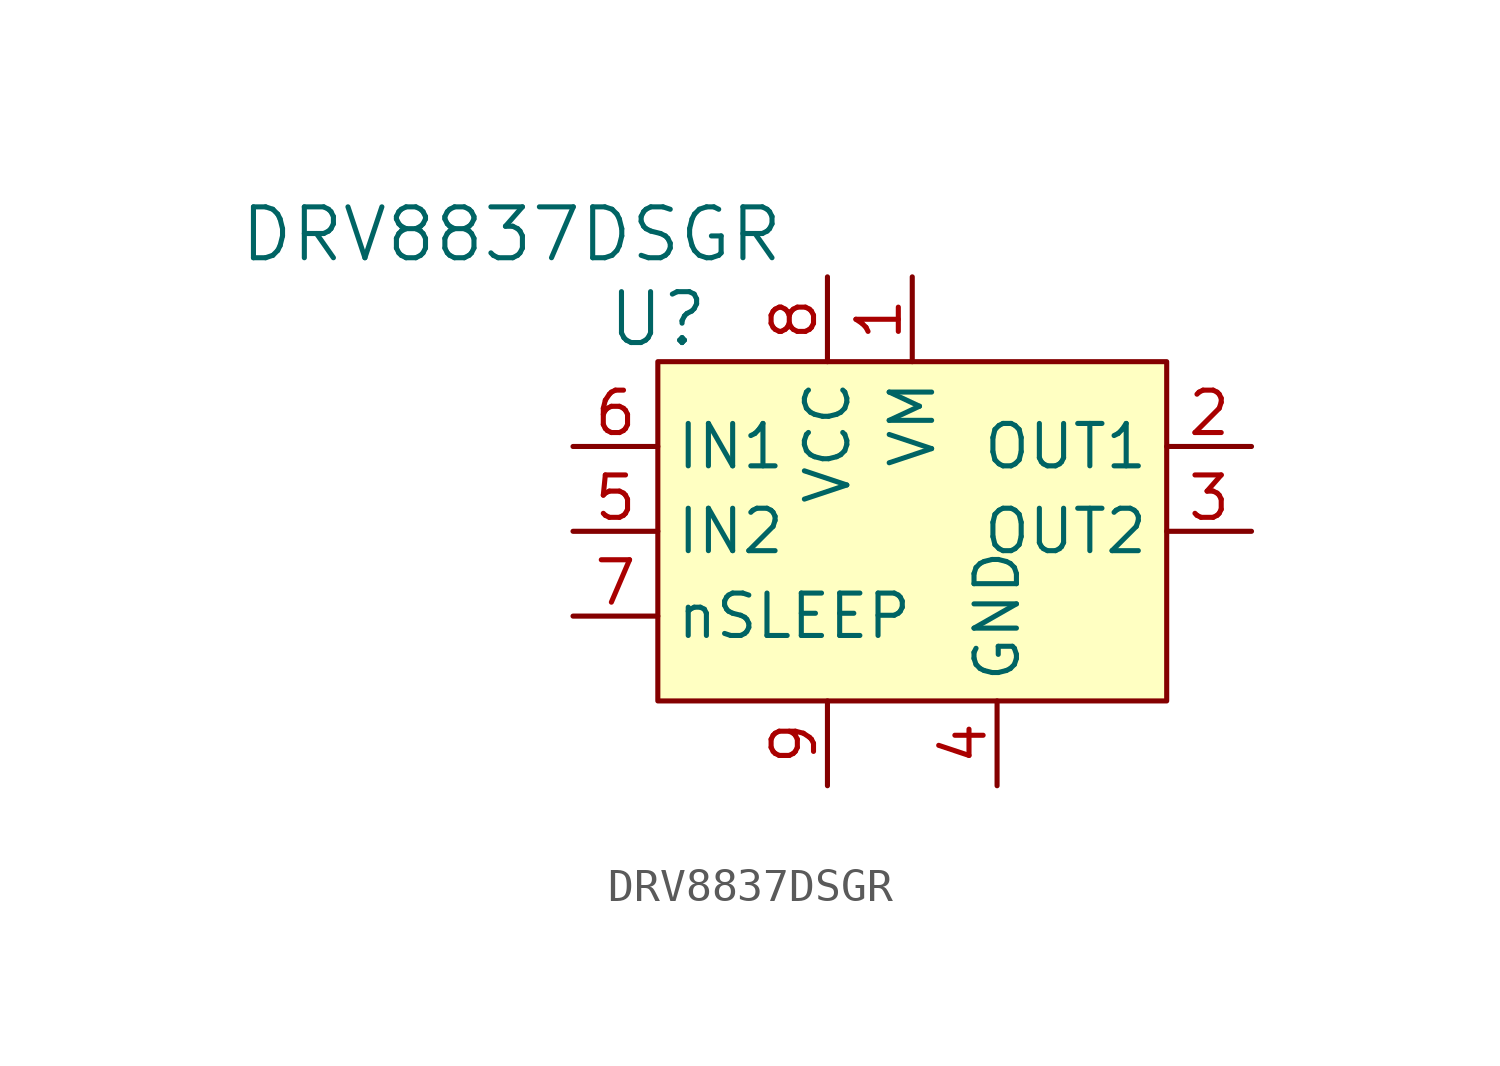
<source format=kicad_sym>
(kicad_symbol_lib
  (version 20220914)
  (generator kicad_symbol_editor)
  (symbol "DRV8837DSGR"
    (property "Reference" "U"
      (at -7.62 6.35 0)
      (effects (font (size 1.524 1.524))))
    (property "Value" "DRV8837DSGR"
      (at -3.81 8.89 0)
      (effects (font (size 1.524 1.524)) (justify right)))
    (symbol "DRV8837DSGR_0_1"
      (rectangle (start -7.62 5.08) (end 7.62 -5.08) (stroke (width 0) (type solid)) (fill (type background))))
    (symbol "DRV8837DSGR_1_1"
      (pin power_in line (at 0 7.62 270) (length 2.54) (name "VM" (effects (font (size 1.27 1.27)))) (number "1" (effects (font (size 1.27 1.27)))))
      (pin output line (at 10.16 2.54 180) (length 2.54) (name "OUT1" (effects (font (size 1.27 1.27)))) (number "2" (effects (font (size 1.27 1.27)))))
      (pin output line (at 10.16 0 180) (length 2.54) (name "OUT2" (effects (font (size 1.27 1.27)))) (number "3" (effects (font (size 1.27 1.27)))))
      (pin power_in line (at 2.54 -7.62 90) (length 2.54) (name "GND" (effects (font (size 1.27 1.27)))) (number "4" (effects (font (size 1.27 1.27)))))
      (pin input line (at -10.16 0 0) (length 2.54) (name "IN2" (effects (font (size 1.27 1.27)))) (number "5" (effects (font (size 1.27 1.27)))))
      (pin input line (at -10.16 2.54 0) (length 2.54) (name "IN1" (effects (font (size 1.27 1.27)))) (number "6" (effects (font (size 1.27 1.27)))))
      (pin input line (at -10.16 -2.54 0) (length 2.54) (name "nSLEEP" (effects (font (size 1.27 1.27)))) (number "7" (effects (font (size 1.27 1.27)))))
      (pin power_in line (at -2.54 7.62 270) (length 2.54) (name "VCC" (effects (font (size 1.27 1.27)))) (number "8" (effects (font (size 1.27 1.27)))))
      (pin unspecified line (at -2.54 -7.62 90) (length 2.54) (name "~" (effects (font (size 1.27 1.27)))) (number "9" (effects (font (size 1.27 1.27))))))))
</source>
